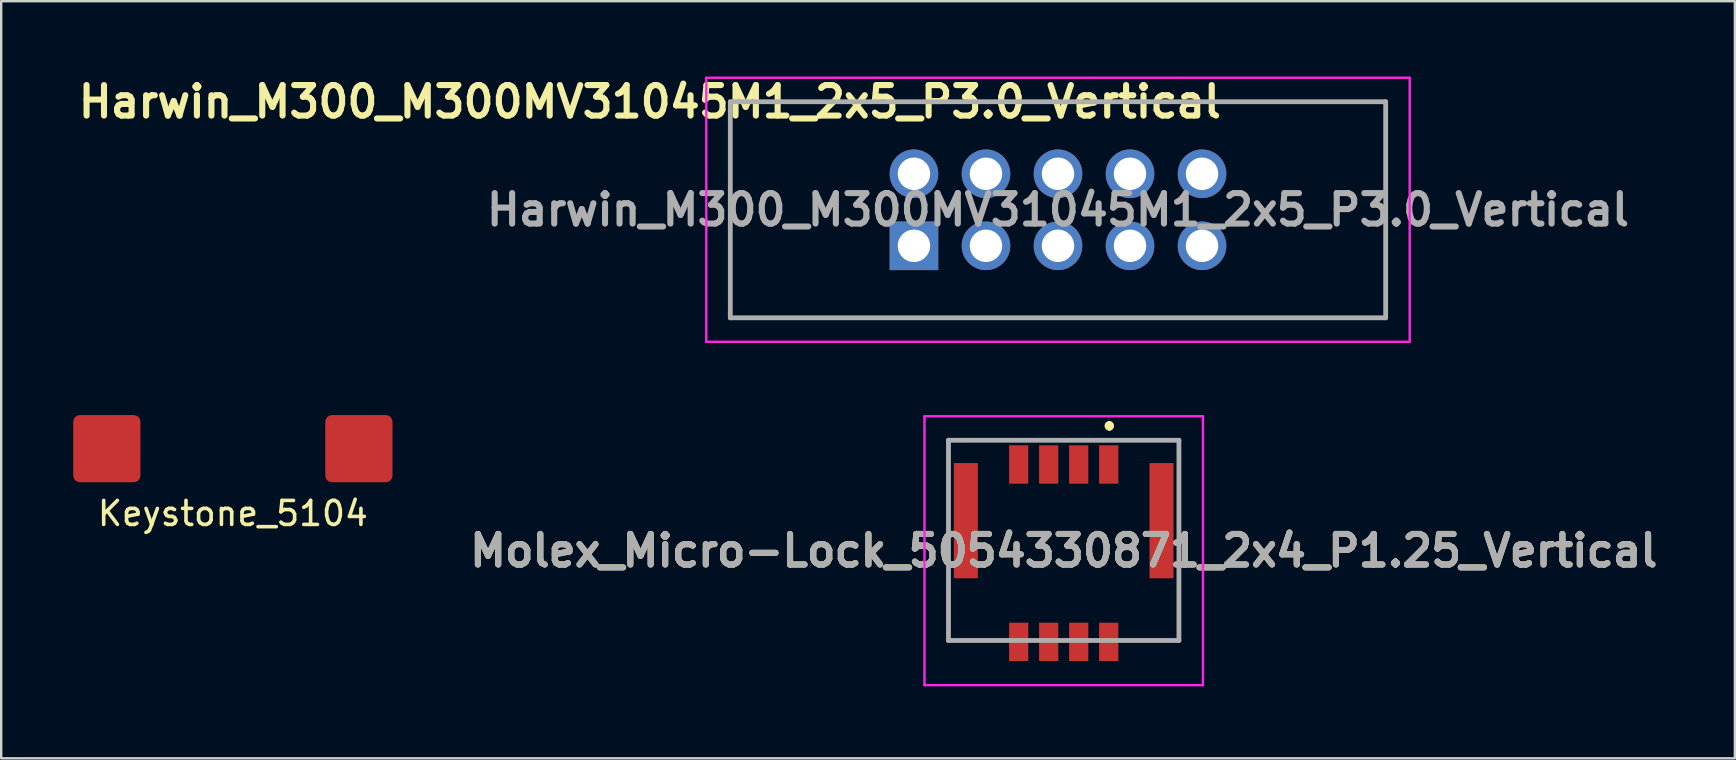
<source format=kicad_pcb>
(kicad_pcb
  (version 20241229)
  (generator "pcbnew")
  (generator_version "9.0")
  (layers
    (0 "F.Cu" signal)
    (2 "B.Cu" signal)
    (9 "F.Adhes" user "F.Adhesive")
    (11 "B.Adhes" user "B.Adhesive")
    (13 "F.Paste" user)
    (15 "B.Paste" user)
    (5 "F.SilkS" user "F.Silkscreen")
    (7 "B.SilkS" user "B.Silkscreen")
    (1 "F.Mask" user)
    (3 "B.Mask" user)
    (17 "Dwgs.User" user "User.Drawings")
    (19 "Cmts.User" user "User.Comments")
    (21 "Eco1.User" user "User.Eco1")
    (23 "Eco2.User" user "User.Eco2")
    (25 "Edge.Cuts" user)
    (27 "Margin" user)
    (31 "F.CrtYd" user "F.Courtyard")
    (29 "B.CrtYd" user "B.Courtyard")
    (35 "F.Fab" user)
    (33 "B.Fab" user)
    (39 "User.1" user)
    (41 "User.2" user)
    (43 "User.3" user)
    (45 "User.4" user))
  (footprint "Keystone_5104"
    (layer "F.Cu")
    (at 6.65 15.639)
    (property "Reference" "Keystone_5104" (at 0 2.7 0) (layer "F.SilkS") (effects (font (size 1 1) (thickness 0.15))))
    (attr through_hole)
    (pad "1" smd roundrect (at -5.25 0) (size 2.8 2.8) (layers "F.Cu" "F.Mask" "F.Paste") (roundrect_rratio 0.1))
    (pad "2" smd roundrect (at 5.25 0) (size 2.8 2.8) (layers "F.Cu" "F.Mask" "F.Paste") (roundrect_rratio 0.1)))
  (footprint "Molex_Micro-Lock_5054330871_2x4_P1.25_Vertical"
    (layer "F.Cu")
    (at 41.259 19.139)
    (property "Reference" "Molex_Micro-Lock_5054330871_2x4_P1.25_Vertical" (at 0 0.75 0) (layer "F.SilkS") (effects (font (size 1.27 1.27) (thickness 0.254))))
    (attr smd)
    (fp_line (start -4.8 -3.85) (end -3.5 -3.85) (stroke (width 0.1) (type solid)) (layer "F.SilkS"))
    (fp_line (start -4.8 -3.45) (end -4.8 -3.85) (stroke (width 0.1) (type solid)) (layer "F.SilkS"))
    (fp_line (start -4.8 2.55) (end -4.8 4.49) (stroke (width 0.1) (type solid)) (layer "F.SilkS"))
    (fp_line (start -4.8 4.49) (end -3.5 4.49) (stroke (width 0.1) (type solid)) (layer "F.SilkS"))
    (fp_line (start 1.9 -4.55) (end 1.9 -4.55) (stroke (width 0.2) (type solid)) (layer "F.SilkS"))
    (fp_line (start 1.9 -4.35) (end 1.9 -4.35) (stroke (width 0.2) (type solid)) (layer "F.SilkS"))
    (fp_line (start 4.8 -3.85) (end 3.5 -3.85) (stroke (width 0.1) (type solid)) (layer "F.SilkS"))
    (fp_line (start 4.8 -3.45) (end 4.8 -3.85) (stroke (width 0.1) (type solid)) (layer "F.SilkS"))
    (fp_line (start 4.8 2.55) (end 4.8 4.49) (stroke (width 0.1) (type solid)) (layer "F.SilkS"))
    (fp_line (start 4.8 4.49) (end 3.5 4.49) (stroke (width 0.1) (type solid)) (layer "F.SilkS"))
    (fp_arc (start 1.9 -4.55) (mid 2 -4.45) (end 1.9 -4.35) (stroke (width 0.2) (type solid)) (layer "F.SilkS"))
    (fp_arc (start 1.9 -4.35) (mid 1.8 -4.45) (end 1.9 -4.55) (stroke (width 0.2) (type solid)) (layer "F.SilkS"))
    (fp_line (start -5.8 -4.85) (end 5.8 -4.85) (stroke (width 0.1) (type solid)) (layer "F.CrtYd"))
    (fp_line (start -5.8 6.35) (end -5.8 -4.85) (stroke (width 0.1) (type solid)) (layer "F.CrtYd"))
    (fp_line (start 5.8 -4.85) (end 5.8 6.35) (stroke (width 0.1) (type solid)) (layer "F.CrtYd"))
    (fp_line (start 5.8 6.35) (end -5.8 6.35) (stroke (width 0.1) (type solid)) (layer "F.CrtYd"))
    (fp_line (start -4.8 -3.85) (end 4.8 -3.85) (stroke (width 0.2) (type solid)) (layer "F.Fab"))
    (fp_line (start -4.8 4.49) (end -4.8 -3.85) (stroke (width 0.2) (type solid)) (layer "F.Fab"))
    (fp_line (start 4.8 -3.85) (end 4.8 4.49) (stroke (width 0.2) (type solid)) (layer "F.Fab"))
    (fp_line (start 4.8 4.49) (end -4.8 4.49) (stroke (width 0.2) (type solid)) (layer "F.Fab"))
    (fp_text user "${REFERENCE}" (at 0 0.75 0) (layer "F.Fab") (effects (font (size 1.27 1.27) (thickness 0.254))))
    (pad "1" smd rect (at 1.875 -2.84) (size 0.8 1.6) (layers "F.Cu" "F.Mask" "F.Paste"))
    (pad "2" smd rect (at 1.875 4.55) (size 0.8 1.6) (layers "F.Cu" "F.Mask" "F.Paste"))
    (pad "3" smd rect (at 0.625 -2.84) (size 0.8 1.6) (layers "F.Cu" "F.Mask" "F.Paste"))
    (pad "4" smd rect (at 0.625 4.55) (size 0.8 1.6) (layers "F.Cu" "F.Mask" "F.Paste"))
    (pad "5" smd rect (at -0.625 -2.84) (size 0.8 1.6) (layers "F.Cu" "F.Mask" "F.Paste"))
    (pad "6" smd rect (at -0.625 4.55) (size 0.8 1.6) (layers "F.Cu" "F.Mask" "F.Paste"))
    (pad "7" smd rect (at -1.875 -2.84) (size 0.8 1.6) (layers "F.Cu" "F.Mask" "F.Paste"))
    (pad "8" smd rect (at -1.875 4.55) (size 0.8 1.6) (layers "F.Cu" "F.Mask" "F.Paste"))
    (pad "MP" smd rect (at -4.075 -0.5) (size 1 4.8) (layers "F.Cu" "F.Mask" "F.Paste"))
    (pad "MP" smd rect (at 4.075 -0.5) (size 1 4.8) (layers "F.Cu" "F.Mask" "F.Paste")))
  (footprint "Harwin_M300_M300MV31045M1_2x5_P3.0_Vertical"
    (layer "F.Cu")
    (at 35.021 7.189)
    (property "Reference" "Harwin_M300_M300MV31045M1_2x5_P3.0_Vertical" (at -11 -6 0) (layer "F.SilkS") (effects (font (size 1.27 1.27) (thickness 0.254))))
    (attr through_hole)
    (fp_line (start -7.65 -6) (end 19.65 -6) (stroke (width 0.1) (type solid)) (layer "F.SilkS"))
    (fp_line (start -7.65 3) (end -7.65 -6) (stroke (width 0.1) (type solid)) (layer "F.SilkS"))
    (fp_line (start 19.65 -6) (end 19.65 3) (stroke (width 0.1) (type solid)) (layer "F.SilkS"))
    (fp_line (start 19.65 3) (end -7.65 3) (stroke (width 0.1) (type solid)) (layer "F.SilkS"))
    (fp_line (start -8.65 -7) (end 20.65 -7) (stroke (width 0.1) (type solid)) (layer "F.CrtYd"))
    (fp_line (start -8.65 4) (end -8.65 -7) (stroke (width 0.1) (type solid)) (layer "F.CrtYd"))
    (fp_line (start 20.65 -7) (end 20.65 4) (stroke (width 0.1) (type solid)) (layer "F.CrtYd"))
    (fp_line (start 20.65 4) (end -8.65 4) (stroke (width 0.1) (type solid)) (layer "F.CrtYd"))
    (fp_line (start -7.65 -6) (end 19.65 -6) (stroke (width 0.2) (type solid)) (layer "F.Fab"))
    (fp_line (start -7.65 3) (end -7.65 -6) (stroke (width 0.2) (type solid)) (layer "F.Fab"))
    (fp_line (start 19.65 -6) (end 19.65 3) (stroke (width 0.2) (type solid)) (layer "F.Fab"))
    (fp_line (start 19.65 3) (end -7.65 3) (stroke (width 0.2) (type solid)) (layer "F.Fab"))
    (fp_text user "${REFERENCE}" (at 6 -1.5 0) (layer "F.Fab") (effects (font (size 1.27 1.27) (thickness 0.254))))
    (pad "1" thru_hole rect (at 0 0) (size 2.025 2.025) (drill 1.35) (layers "*.Cu" "*.Mask"))
    (pad "2" thru_hole circle (at 3 0) (size 2.025 2.025) (drill 1.35) (layers "*.Cu" "*.Mask"))
    (pad "3" thru_hole circle (at 6 0) (size 2.025 2.025) (drill 1.35) (layers "*.Cu" "*.Mask"))
    (pad "4" thru_hole circle (at 9 0) (size 2.025 2.025) (drill 1.35) (layers "*.Cu" "*.Mask"))
    (pad "5" thru_hole circle (at 12 0) (size 2.025 2.025) (drill 1.35) (layers "*.Cu" "*.Mask"))
    (pad "6" thru_hole circle (at 0 -3) (size 2.025 2.025) (drill 1.35) (layers "*.Cu" "*.Mask"))
    (pad "7" thru_hole circle (at 3 -3) (size 2.025 2.025) (drill 1.35) (layers "*.Cu" "*.Mask"))
    (pad "8" thru_hole circle (at 6 -3) (size 2.025 2.025) (drill 1.35) (layers "*.Cu" "*.Mask"))
    (pad "9" thru_hole circle (at 9 -3) (size 2.025 2.025) (drill 1.35) (layers "*.Cu" "*.Mask"))
    (pad "10" thru_hole circle (at 12 -3) (size 2.025 2.025) (drill 1.35) (layers "*.Cu" "*.Mask")))
  (gr_rect
    (start -3 -3)
    (end 69.217 28.539)
    (stroke (width 0.1) (type default))
    (fill no)
    (layer "Edge.Cuts")))
</source>
